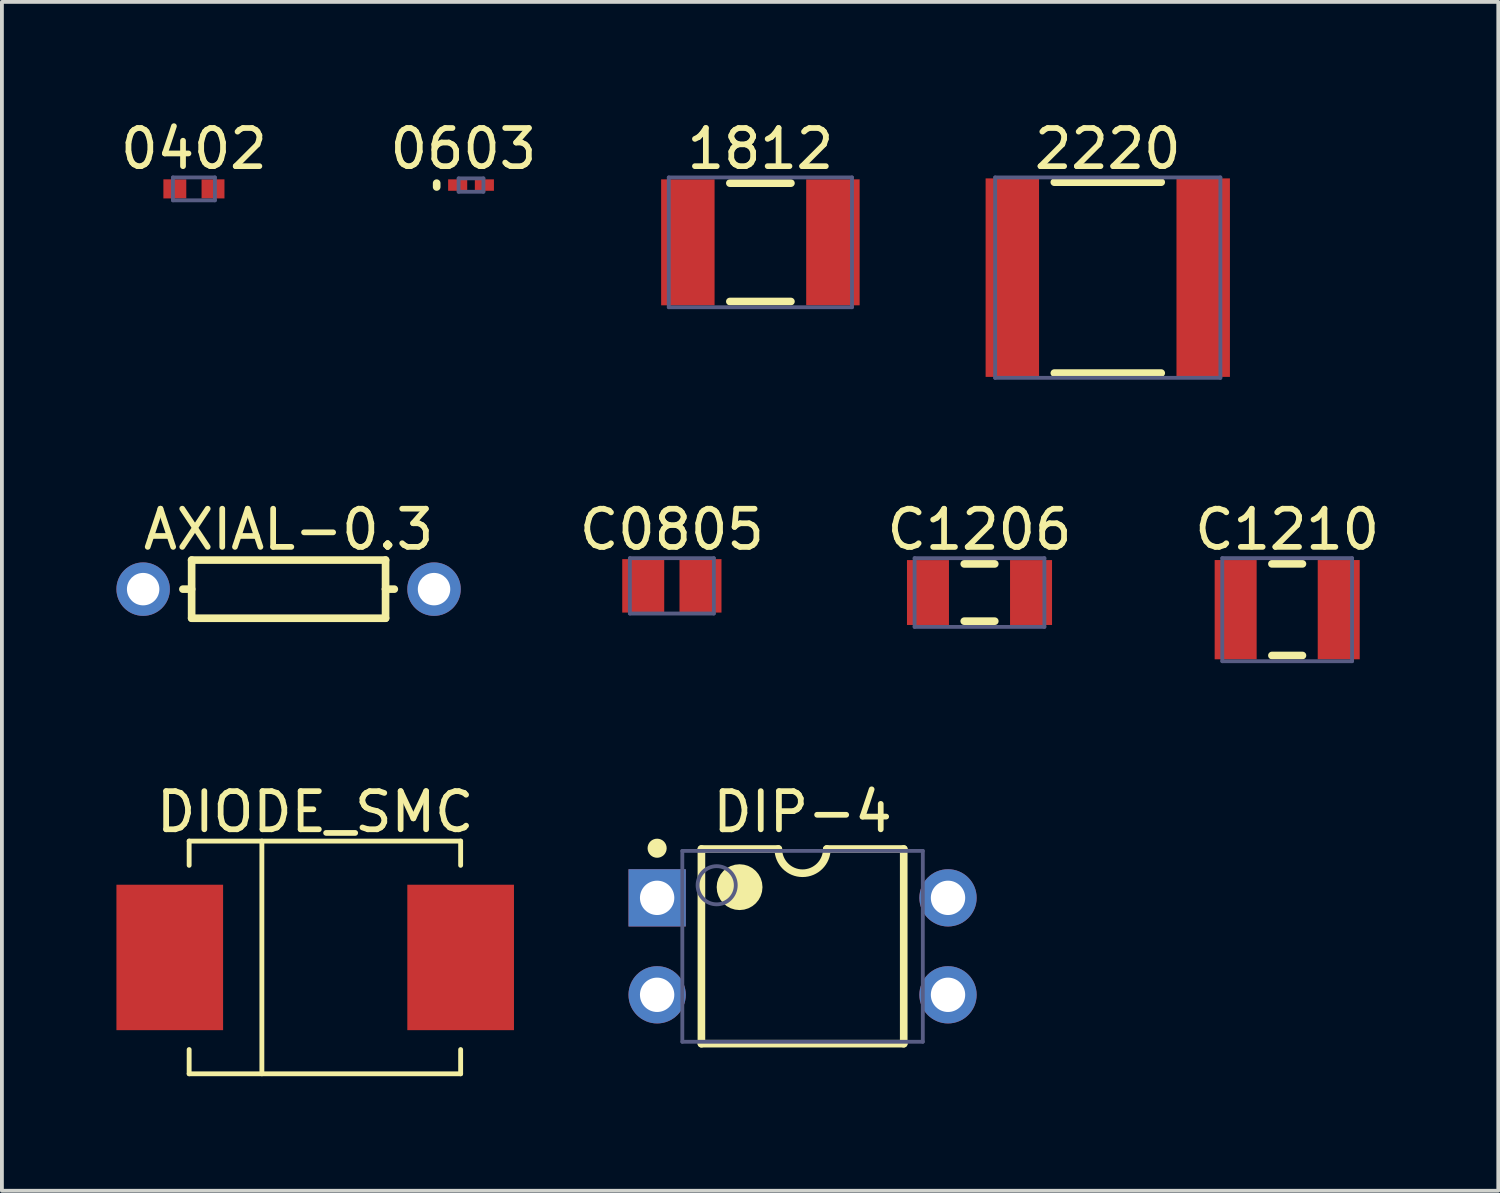
<source format=kicad_pcb>
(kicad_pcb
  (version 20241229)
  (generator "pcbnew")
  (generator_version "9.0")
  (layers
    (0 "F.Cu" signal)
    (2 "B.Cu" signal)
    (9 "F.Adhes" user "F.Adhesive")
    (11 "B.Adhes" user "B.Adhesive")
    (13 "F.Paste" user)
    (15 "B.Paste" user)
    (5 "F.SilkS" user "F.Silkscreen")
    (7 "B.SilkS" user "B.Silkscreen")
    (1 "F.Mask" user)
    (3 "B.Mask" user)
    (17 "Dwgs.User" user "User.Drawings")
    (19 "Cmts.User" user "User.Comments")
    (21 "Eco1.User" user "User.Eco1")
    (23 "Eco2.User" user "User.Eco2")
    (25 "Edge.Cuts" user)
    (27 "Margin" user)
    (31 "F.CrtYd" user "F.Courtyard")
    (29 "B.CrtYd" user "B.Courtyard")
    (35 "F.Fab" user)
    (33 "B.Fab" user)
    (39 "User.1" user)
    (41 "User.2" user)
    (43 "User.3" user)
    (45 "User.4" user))
  (footprint "DIODE_SMC"
    (layer "F.Cu")
    (at 5.207 22.031)
    (property "Reference" "DIODE_SMC" (at 0 -3.812 0) (layer "F.SilkS") (effects (font (size 1 1) (thickness 0.15))))
    (fp_line (start -3.302 -3.048) (end 3.81 -3.048) (stroke (width 0.127) (type solid)) (layer "F.SilkS"))
    (fp_line (start -3.302 -2.413) (end -3.302 -3.048) (stroke (width 0.127) (type solid)) (layer "F.SilkS"))
    (fp_line (start -3.302 3.048) (end -3.302 2.413) (stroke (width 0.127) (type solid)) (layer "F.SilkS"))
    (fp_line (start -3.302 3.048) (end 3.81 3.048) (stroke (width 0.127) (type solid)) (layer "F.SilkS"))
    (fp_line (start -1.397 3.048) (end -1.397 -3.048) (stroke (width 0.127) (type solid)) (layer "F.SilkS"))
    (fp_line (start 3.81 -2.413) (end 3.81 -3.048) (stroke (width 0.127) (type solid)) (layer "F.SilkS"))
    (fp_line (start 3.81 3.048) (end 3.81 2.413) (stroke (width 0.127) (type solid)) (layer "F.SilkS"))
    (fp_line (start -3.302 -3.048) (end 3.81 -3.048) (stroke (width 0.025) (type solid)) (layer "User.1"))
    (fp_line (start -3.302 3.048) (end 3.81 3.048) (stroke (width 0.025) (type solid)) (layer "User.1"))
    (pad "1" smd rect (at -3.81 0 180) (size 2.794 3.81) (layers "F.Cu" "F.Mask" "F.Paste"))
    (pad "2" smd rect (at 3.81 0 180) (size 2.794 3.81) (layers "F.Cu" "F.Mask" "F.Paste")))
  (footprint "C0805"
    (layer "F.Cu")
    (at 14.55 12.297)
    (property "Reference" "C0805" (at 0 -1.475 0) (layer "F.SilkS") (effects (font (size 1 1) (thickness 0.15))))
    (fp_line (start -1.4 -0.8) (end 1.4 -0.8) (stroke (width 0.1) (type solid)) (layer "Eco2.User"))
    (fp_line (start -1.4 0.8) (end -1.4 -0.8) (stroke (width 0.1) (type solid)) (layer "Eco2.User"))
    (fp_line (start -1.4 0.8) (end 1.4 0.8) (stroke (width 0.1) (type solid)) (layer "Eco2.User"))
    (fp_line (start -0.5 0) (end 0.5 0) (stroke (width 0.1) (type solid)) (layer "Eco2.User"))
    (fp_line (start 0 0.5) (end 0 -0.5) (stroke (width 0.1) (type solid)) (layer "Eco2.User"))
    (fp_line (start 1.4 0.8) (end 1.4 -0.8) (stroke (width 0.1) (type solid)) (layer "Eco2.User"))
    (fp_line (start -1.1 -0.725) (end 1.1 -0.725) (stroke (width 0.1) (type solid)) (layer "B.Fab"))
    (fp_line (start -1.1 0.725) (end -1.1 -0.725) (stroke (width 0.1) (type solid)) (layer "B.Fab"))
    (fp_line (start -1.1 0.725) (end 1.1 0.725) (stroke (width 0.1) (type solid)) (layer "B.Fab"))
    (fp_line (start 1.1 0.725) (end 1.1 -0.725) (stroke (width 0.1) (type solid)) (layer "B.Fab"))
    (pad "1" smd rect (at -0.75 0 90) (size 1.4 1.1) (layers "F.Cu" "F.Mask" "F.Paste"))
    (pad "2" smd rect (at 0.75 0 90) (size 1.4 1.1) (layers "F.Cu" "F.Mask" "F.Paste")))
  (footprint "AXIAL-0.3"
    (layer "F.Cu")
    (at 4.51 12.383)
    (property "Reference" "AXIAL-0.3" (at 0 -1.562 0) (layer "F.SilkS") (effects (font (size 1 1) (thickness 0.15))))
    (fp_line (start -2.769 0) (end -2.54 0) (stroke (width 0.2) (type solid)) (layer "F.SilkS"))
    (fp_line (start -2.54 -0.762) (end 2.54 -0.762) (stroke (width 0.2) (type solid)) (layer "F.SilkS"))
    (fp_line (start -2.54 0.762) (end -2.54 -0.762) (stroke (width 0.2) (type solid)) (layer "F.SilkS"))
    (fp_line (start -2.54 0.762) (end 2.54 0.762) (stroke (width 0.2) (type solid)) (layer "F.SilkS"))
    (fp_line (start 2.54 0) (end 2.54 -0.762) (stroke (width 0.2) (type solid)) (layer "F.SilkS"))
    (fp_line (start 2.54 0) (end 2.769 0) (stroke (width 0.2) (type solid)) (layer "F.SilkS"))
    (fp_line (start 2.54 0.762) (end 2.54 0) (stroke (width 0.2) (type solid)) (layer "F.SilkS"))
    (pad "1" thru_hole circle (at -3.81 0) (size 1.4 1.4) (drill 0.85) (layers "*.Cu" "*.Mask"))
    (pad "2" thru_hole circle (at 3.81 0) (size 1.4 1.4) (drill 0.85) (layers "*.Cu" "*.Mask")))
  (footprint "C1206"
    (layer "F.Cu")
    (at 22.609 12.472)
    (property "Reference" "C1206" (at 0 -1.65 0) (layer "F.SilkS") (effects (font (size 1 1) (thickness 0.15))))
    (fp_line (start -0.4 -0.75) (end 0.4 -0.75) (stroke (width 0.2) (type solid)) (layer "F.SilkS"))
    (fp_line (start -0.4 0.75) (end 0.4 0.75) (stroke (width 0.2) (type solid)) (layer "F.SilkS"))
    (fp_line (start -2 -0.95) (end 2 -0.95) (stroke (width 0.1) (type solid)) (layer "Eco2.User"))
    (fp_line (start -2 0.95) (end -2 -0.95) (stroke (width 0.1) (type solid)) (layer "Eco2.User"))
    (fp_line (start -2 0.95) (end 2 0.95) (stroke (width 0.1) (type solid)) (layer "Eco2.User"))
    (fp_line (start -0.5 0) (end 0.5 0) (stroke (width 0.1) (type solid)) (layer "Eco2.User"))
    (fp_line (start 0 0.5) (end 0 -0.5) (stroke (width 0.1) (type solid)) (layer "Eco2.User"))
    (fp_line (start 2 0.95) (end 2 -0.95) (stroke (width 0.1) (type solid)) (layer "Eco2.User"))
    (fp_line (start -1.7 -0.9) (end 1.7 -0.9) (stroke (width 0.1) (type solid)) (layer "B.Fab"))
    (fp_line (start -1.7 0.9) (end -1.7 -0.9) (stroke (width 0.1) (type solid)) (layer "B.Fab"))
    (fp_line (start -1.7 0.9) (end 1.7 0.9) (stroke (width 0.1) (type solid)) (layer "B.Fab"))
    (fp_line (start 1.7 0.9) (end 1.7 -0.9) (stroke (width 0.1) (type solid)) (layer "B.Fab"))
    (pad "1" smd rect (at -1.35 0 90) (size 1.7 1.1) (layers "F.Cu" "F.Mask" "F.Paste"))
    (pad "2" smd rect (at 1.35 0 90) (size 1.7 1.1) (layers "F.Cu" "F.Mask" "F.Paste")))
  (footprint "C1210"
    (layer "F.Cu")
    (at 30.669 12.921)
    (property "Reference" "C1210" (at 0 -2.1 0) (layer "F.SilkS") (effects (font (size 1 1) (thickness 0.15))))
    (fp_line (start -0.4 -1.2) (end 0.4 -1.2) (stroke (width 0.2) (type solid)) (layer "F.SilkS"))
    (fp_line (start -0.4 1.2) (end 0.4 1.2) (stroke (width 0.2) (type solid)) (layer "F.SilkS"))
    (fp_line (start -2 -1.4) (end 2 -1.4) (stroke (width 0.1) (type solid)) (layer "Eco2.User"))
    (fp_line (start -2 1.4) (end -2 -1.4) (stroke (width 0.1) (type solid)) (layer "Eco2.User"))
    (fp_line (start -2 1.4) (end 2 1.4) (stroke (width 0.1) (type solid)) (layer "Eco2.User"))
    (fp_line (start -0.5 0) (end 0.5 0) (stroke (width 0.1) (type solid)) (layer "Eco2.User"))
    (fp_line (start 0 0.5) (end 0 -0.5) (stroke (width 0.1) (type solid)) (layer "Eco2.User"))
    (fp_line (start 2 1.4) (end 2 -1.4) (stroke (width 0.1) (type solid)) (layer "Eco2.User"))
    (fp_line (start -1.7 -1.35) (end 1.7 -1.35) (stroke (width 0.1) (type solid)) (layer "B.Fab"))
    (fp_line (start -1.7 1.35) (end -1.7 -1.35) (stroke (width 0.1) (type solid)) (layer "B.Fab"))
    (fp_line (start -1.7 1.35) (end 1.7 1.35) (stroke (width 0.1) (type solid)) (layer "B.Fab"))
    (fp_line (start 1.7 1.35) (end 1.7 -1.35) (stroke (width 0.1) (type solid)) (layer "B.Fab"))
    (pad "1" smd rect (at -1.35 0 90) (size 2.6 1.1) (layers "F.Cu" "F.Mask" "F.Paste"))
    (pad "2" smd rect (at 1.35 0 90) (size 2.6 1.1) (layers "F.Cu" "F.Mask" "F.Paste")))
  (footprint "2220"
    (layer "F.Cu")
    (at 25.969 4.223)
    (property "Reference" "2220" (at 0 -3.375 0) (layer "F.SilkS") (effects (font (size 1 1) (thickness 0.15))))
    (fp_line (start -1.4 -2.5) (end 1.4 -2.5) (stroke (width 0.2) (type solid)) (layer "F.SilkS"))
    (fp_line (start -1.4 2.5) (end 1.4 2.5) (stroke (width 0.2) (type solid)) (layer "F.SilkS"))
    (fp_line (start -3.3 -2.7) (end 3.3 -2.7) (stroke (width 0.1) (type solid)) (layer "Eco2.User"))
    (fp_line (start -3.3 2.7) (end -3.3 -2.7) (stroke (width 0.1) (type solid)) (layer "Eco2.User"))
    (fp_line (start -3.3 2.7) (end 3.3 2.7) (stroke (width 0.1) (type solid)) (layer "Eco2.User"))
    (fp_line (start -0.5 0) (end 0.5 0) (stroke (width 0.1) (type solid)) (layer "Eco2.User"))
    (fp_line (start 0 0.5) (end 0 -0.5) (stroke (width 0.1) (type solid)) (layer "Eco2.User"))
    (fp_line (start 3.3 2.7) (end 3.3 -2.7) (stroke (width 0.1) (type solid)) (layer "Eco2.User"))
    (fp_line (start -2.95 -2.625) (end 2.95 -2.625) (stroke (width 0.1) (type solid)) (layer "B.Fab"))
    (fp_line (start -2.95 2.625) (end -2.95 -2.625) (stroke (width 0.1) (type solid)) (layer "B.Fab"))
    (fp_line (start -2.95 2.625) (end 2.95 2.625) (stroke (width 0.1) (type solid)) (layer "B.Fab"))
    (fp_line (start 2.95 2.625) (end 2.95 -2.625) (stroke (width 0.1) (type solid)) (layer "B.Fab"))
    (pad "1" smd rect (at -2.5 0 90) (size 5.2 1.4) (layers "F.Cu" "F.Mask" "F.Paste"))
    (pad "2" smd rect (at 2.5 0 90) (size 5.2 1.4) (layers "F.Cu" "F.Mask" "F.Paste")))
  (footprint "1812"
    (layer "F.Cu")
    (at 16.869 3.298)
    (property "Reference" "1812" (at 0 -2.45 0) (layer "F.SilkS") (effects (font (size 1 1) (thickness 0.15))))
    (fp_line (start -0.8 -1.55) (end 0.8 -1.55) (stroke (width 0.2) (type solid)) (layer "F.SilkS"))
    (fp_line (start -0.8 1.55) (end 0.8 1.55) (stroke (width 0.2) (type solid)) (layer "F.SilkS"))
    (fp_line (start -2.7 -1.75) (end 2.7 -1.75) (stroke (width 0.1) (type solid)) (layer "Eco2.User"))
    (fp_line (start -2.7 1.75) (end -2.7 -1.75) (stroke (width 0.1) (type solid)) (layer "Eco2.User"))
    (fp_line (start -2.7 1.75) (end 2.7 1.75) (stroke (width 0.1) (type solid)) (layer "Eco2.User"))
    (fp_line (start -0.5 0) (end 0.5 0) (stroke (width 0.1) (type solid)) (layer "Eco2.User"))
    (fp_line (start 0 0.5) (end 0 -0.5) (stroke (width 0.1) (type solid)) (layer "Eco2.User"))
    (fp_line (start 2.7 1.75) (end 2.7 -1.75) (stroke (width 0.1) (type solid)) (layer "Eco2.User"))
    (fp_line (start -2.4 -1.7) (end 2.4 -1.7) (stroke (width 0.1) (type solid)) (layer "B.Fab"))
    (fp_line (start -2.4 1.7) (end -2.4 -1.7) (stroke (width 0.1) (type solid)) (layer "B.Fab"))
    (fp_line (start -2.4 1.7) (end 2.4 1.7) (stroke (width 0.1) (type solid)) (layer "B.Fab"))
    (fp_line (start 2.4 1.7) (end 2.4 -1.7) (stroke (width 0.1) (type solid)) (layer "B.Fab"))
    (pad "1" smd rect (at -1.9 0 90) (size 3.3 1.4) (layers "F.Cu" "F.Mask" "F.Paste"))
    (pad "2" smd rect (at 1.9 0 90) (size 3.3 1.4) (layers "F.Cu" "F.Mask" "F.Paste")))
  (footprint "DIP-4"
    (layer "F.Cu")
    (at 17.974 21.74)
    (property "Reference" "DIP-4" (at 0 -3.52 0) (layer "F.SilkS") (effects (font (size 1 1) (thickness 0.15))))
    (fp_line (start -2.65 -2.55) (end -0.635 -2.55) (stroke (width 0.2) (type solid)) (layer "F.SilkS"))
    (fp_line (start -2.65 2.55) (end -2.65 -2.55) (stroke (width 0.2) (type solid)) (layer "F.SilkS"))
    (fp_line (start -2.65 2.55) (end 2.65 2.55) (stroke (width 0.2) (type solid)) (layer "F.SilkS"))
    (fp_line (start 0.635 -2.55) (end 2.65 -2.55) (stroke (width 0.2) (type solid)) (layer "F.SilkS"))
    (fp_line (start 2.65 2.55) (end 2.65 -2.55) (stroke (width 0.2) (type solid)) (layer "F.SilkS"))
    (fp_arc (start 0.635 -2.55) (mid 0 -1.915) (end -0.635 -2.55) (stroke (width 0.2) (type solid)) (layer "F.SilkS"))
    (fp_circle (center -3.81 -2.57) (end -3.81 -2.695) (stroke (width 0.25) (type solid)) (fill no) (layer "F.SilkS"))
    (fp_circle (center -1.65 -1.55) (end -1.65 -1.85) (stroke (width 0.6) (type solid)) (fill no) (layer "F.SilkS"))
    (fp_line (start -0.5 0) (end 0.5 0) (stroke (width 0.1) (type solid)) (layer "Eco2.User"))
    (fp_line (start 0 0.5) (end 0 -0.5) (stroke (width 0.1) (type solid)) (layer "Eco2.User"))
    (fp_line (start -3.15 -2.5) (end 3.15 -2.5) (stroke (width 0.1) (type solid)) (layer "B.Fab"))
    (fp_line (start -3.15 2.5) (end -3.15 -2.5) (stroke (width 0.1) (type solid)) (layer "B.Fab"))
    (fp_line (start -3.15 2.5) (end 3.15 2.5) (stroke (width 0.1) (type solid)) (layer "B.Fab"))
    (fp_line (start 3.15 2.5) (end 3.15 -2.5) (stroke (width 0.1) (type solid)) (layer "B.Fab"))
    (fp_circle (center -2.25 -1.6) (end -2.25 -2.1) (stroke (width 0.1) (type solid)) (fill no) (layer "B.Fab"))
    (pad "1" thru_hole rect (at -3.81 -1.27) (size 1.5 1.5) (drill 0.9) (layers "*.Cu" "*.Mask"))
    (pad "2" thru_hole circle (at -3.81 1.27) (size 1.5 1.5) (drill 0.9) (layers "*.Cu" "*.Mask"))
    (pad "3" thru_hole circle (at 3.81 1.27) (size 1.5 1.5) (drill 0.9) (layers "*.Cu" "*.Mask"))
    (pad "4" thru_hole circle (at 3.81 -1.27) (size 1.5 1.5) (drill 0.9) (layers "*.Cu" "*.Mask")))
  (footprint "0603"
    (layer "F.Cu")
    (at 9.289 1.798)
    (property "Reference" "0603" (at -0.2 -0.95 0) (layer "F.SilkS") (effects (font (size 1 1) (thickness 0.15))))
    (fp_line (start -0.9 0.05) (end -0.9 -0.05) (stroke (width 0.2) (type solid)) (layer "F.SilkS"))
    (fp_line (start -0.7 -0.25) (end 0.7 -0.25) (stroke (width 0.1) (type solid)) (layer "Eco2.User"))
    (fp_line (start -0.7 0.25) (end -0.7 -0.25) (stroke (width 0.1) (type solid)) (layer "Eco2.User"))
    (fp_line (start -0.7 0.25) (end 0.7 0.25) (stroke (width 0.1) (type solid)) (layer "Eco2.User"))
    (fp_line (start -0.175 0) (end 0.175 0) (stroke (width 0.1) (type solid)) (layer "Eco2.User"))
    (fp_line (start 0 0.175) (end 0 -0.175) (stroke (width 0.1) (type solid)) (layer "Eco2.User"))
    (fp_line (start 0.7 0.25) (end 0.7 -0.25) (stroke (width 0.1) (type solid)) (layer "Eco2.User"))
    (fp_line (start -0.325 -0.175) (end 0.325 -0.175) (stroke (width 0.1) (type solid)) (layer "B.Fab"))
    (fp_line (start -0.325 0.175) (end -0.325 -0.175) (stroke (width 0.1) (type solid)) (layer "B.Fab"))
    (fp_line (start -0.325 0.175) (end 0.325 0.175) (stroke (width 0.1) (type solid)) (layer "B.Fab"))
    (fp_line (start 0.325 0.175) (end 0.325 -0.175) (stroke (width 0.1) (type solid)) (layer "B.Fab"))
    (pad "1" smd rect (at -0.35 0 90) (size 0.3 0.5) (layers "F.Cu" "F.Mask" "F.Paste"))
    (pad "2" smd rect (at 0.35 0 90) (size 0.3 0.5) (layers "F.Cu" "F.Mask" "F.Paste")))
  (footprint "0402"
    (layer "F.Cu")
    (at 2.03 1.898)
    (property "Reference" "0402" (at 0 -1.05 0) (layer "F.SilkS") (effects (font (size 1 1) (thickness 0.15))))
    (fp_line (start -0.9 -0.35) (end 0.9 -0.35) (stroke (width 0.1) (type solid)) (layer "Eco2.User"))
    (fp_line (start -0.9 0.35) (end -0.9 -0.35) (stroke (width 0.1) (type solid)) (layer "Eco2.User"))
    (fp_line (start -0.9 0.35) (end 0.9 0.35) (stroke (width 0.1) (type solid)) (layer "Eco2.User"))
    (fp_line (start -0.3 0) (end 0.3 0) (stroke (width 0.1) (type solid)) (layer "Eco2.User"))
    (fp_line (start 0 0.3) (end 0 -0.3) (stroke (width 0.1) (type solid)) (layer "Eco2.User"))
    (fp_line (start 0.9 0.35) (end 0.9 -0.35) (stroke (width 0.1) (type solid)) (layer "Eco2.User"))
    (fp_line (start -0.55 -0.3) (end 0.55 -0.3) (stroke (width 0.1) (type solid)) (layer "B.Fab"))
    (fp_line (start -0.55 0.3) (end -0.55 -0.3) (stroke (width 0.1) (type solid)) (layer "B.Fab"))
    (fp_line (start -0.55 0.3) (end 0.55 0.3) (stroke (width 0.1) (type solid)) (layer "B.Fab"))
    (fp_line (start 0.55 0.3) (end 0.55 -0.3) (stroke (width 0.1) (type solid)) (layer "B.Fab"))
    (pad "1" smd rect (at -0.5 0 90) (size 0.5 0.6) (layers "F.Cu" "F.Mask" "F.Paste"))
    (pad "2" smd rect (at 0.5 0 90) (size 0.5 0.6) (layers "F.Cu" "F.Mask" "F.Paste")))
  (gr_rect
    (start -3 -3)
    (end 36.199 28.143)
    (stroke (width 0.1) (type default))
    (fill no)
    (layer "Edge.Cuts")))
</source>
